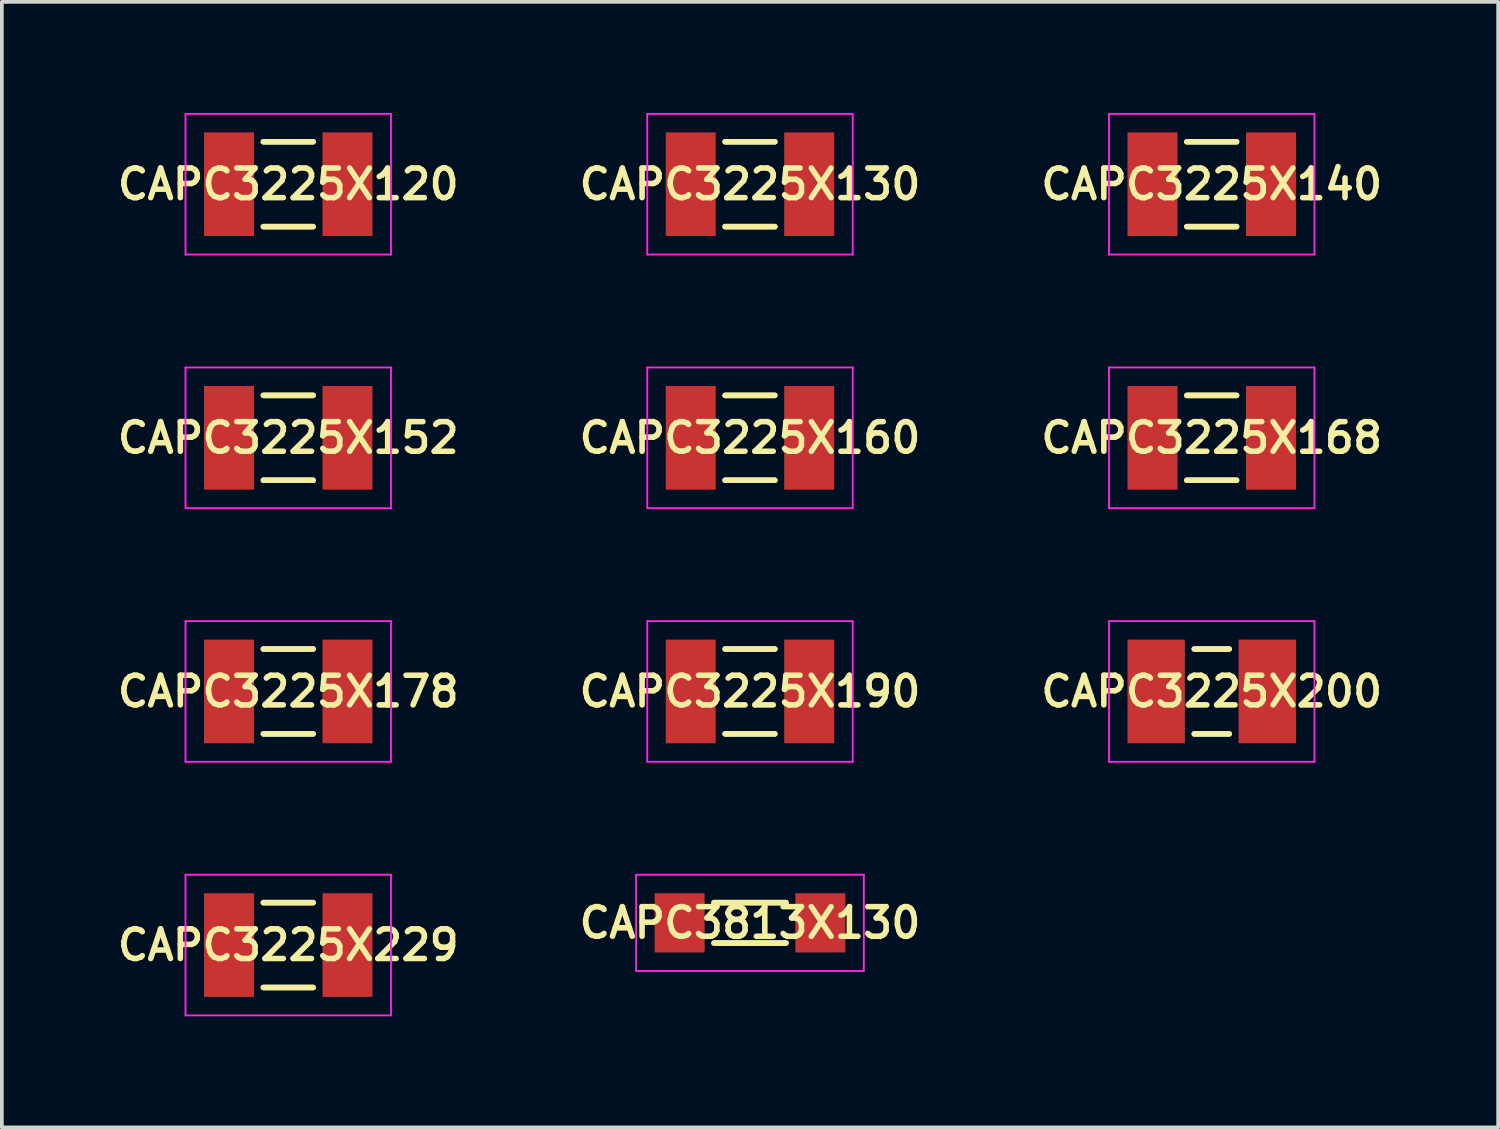
<source format=kicad_pcb>
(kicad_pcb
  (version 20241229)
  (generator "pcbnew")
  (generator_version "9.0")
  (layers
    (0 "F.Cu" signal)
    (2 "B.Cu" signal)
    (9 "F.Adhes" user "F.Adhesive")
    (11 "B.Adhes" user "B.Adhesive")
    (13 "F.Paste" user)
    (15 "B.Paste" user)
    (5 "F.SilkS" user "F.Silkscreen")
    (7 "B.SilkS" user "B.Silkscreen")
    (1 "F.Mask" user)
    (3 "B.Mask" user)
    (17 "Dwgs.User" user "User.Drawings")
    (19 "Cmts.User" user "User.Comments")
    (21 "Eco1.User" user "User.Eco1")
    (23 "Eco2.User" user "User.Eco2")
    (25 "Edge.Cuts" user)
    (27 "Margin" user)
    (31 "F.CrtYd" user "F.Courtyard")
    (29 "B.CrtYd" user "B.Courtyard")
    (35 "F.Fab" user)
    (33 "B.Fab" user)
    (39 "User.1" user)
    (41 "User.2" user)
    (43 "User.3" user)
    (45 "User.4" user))
  (footprint "CAPC3225X152"
    (layer "F.Cu")
    (at 4.735 8.775)
    (property "Reference" "CAPC3225X152" (at 0 0 0) (layer "F.SilkS") (effects (font (size 0.8 0.8) (thickness 0.15))))
    (attr smd)
    (fp_line (start -0.671 -1.146) (end 0.671 -1.146) (stroke (width 0.15) (type solid)) (layer "F.SilkS"))
    (fp_line (start -0.671 1.146) (end 0.671 1.146) (stroke (width 0.15) (type solid)) (layer "F.SilkS"))
    (fp_line (start 0.671 -1.146) (end -0.671 -1.146) (stroke (width 0.15) (type solid)) (layer "F.SilkS"))
    (fp_line (start 0.671 1.146) (end -0.671 1.146) (stroke (width 0.15) (type solid)) (layer "F.SilkS"))
    (fp_line (start -2.775 -1.9) (end 2.775 -1.9) (stroke (width 0.05) (type solid)) (layer "F.CrtYd"))
    (fp_line (start -2.775 1.9) (end -2.775 -1.9) (stroke (width 0.05) (type solid)) (layer "F.CrtYd"))
    (fp_line (start 2.775 -1.9) (end 2.775 1.9) (stroke (width 0.05) (type solid)) (layer "F.CrtYd"))
    (fp_line (start 2.775 1.9) (end -2.775 1.9) (stroke (width 0.05) (type solid)) (layer "F.CrtYd"))
    (pad "1" smd rect (at -1.6 0) (size 1.35 2.8) (layers "F.Cu" "F.Mask" "F.Paste"))
    (pad "2" smd rect (at 1.6 0) (size 1.35 2.8) (layers "F.Cu" "F.Mask" "F.Paste")))
  (footprint "CAPC3225X200"
    (layer "F.Cu")
    (at 29.677 15.625)
    (property "Reference" "CAPC3225X200" (at 0 0 0) (layer "F.SilkS") (effects (font (size 0.8 0.8) (thickness 0.15))))
    (attr smd)
    (fp_line (start -0.471 -1.146) (end 0.471 -1.146) (stroke (width 0.15) (type solid)) (layer "F.SilkS"))
    (fp_line (start -0.471 1.146) (end 0.471 1.146) (stroke (width 0.15) (type solid)) (layer "F.SilkS"))
    (fp_line (start 0.471 -1.146) (end -0.471 -1.146) (stroke (width 0.15) (type solid)) (layer "F.SilkS"))
    (fp_line (start 0.471 1.146) (end -0.471 1.146) (stroke (width 0.15) (type solid)) (layer "F.SilkS"))
    (fp_line (start -2.775 -1.9) (end 2.775 -1.9) (stroke (width 0.05) (type solid)) (layer "F.CrtYd"))
    (fp_line (start -2.775 1.9) (end -2.775 -1.9) (stroke (width 0.05) (type solid)) (layer "F.CrtYd"))
    (fp_line (start 2.775 -1.9) (end 2.775 1.9) (stroke (width 0.05) (type solid)) (layer "F.CrtYd"))
    (fp_line (start 2.775 1.9) (end -2.775 1.9) (stroke (width 0.05) (type solid)) (layer "F.CrtYd"))
    (pad "1" smd rect (at -1.5 0) (size 1.55 2.8) (layers "F.Cu" "F.Mask" "F.Paste"))
    (pad "2" smd rect (at 1.5 0) (size 1.55 2.8) (layers "F.Cu" "F.Mask" "F.Paste")))
  (footprint "CAPC3225X130"
    (layer "F.Cu")
    (at 17.206 1.925)
    (property "Reference" "CAPC3225X130" (at 0 0 0) (layer "F.SilkS") (effects (font (size 0.8 0.8) (thickness 0.15))))
    (attr smd)
    (fp_line (start -0.671 -1.146) (end 0.671 -1.146) (stroke (width 0.15) (type solid)) (layer "F.SilkS"))
    (fp_line (start -0.671 1.146) (end 0.671 1.146) (stroke (width 0.15) (type solid)) (layer "F.SilkS"))
    (fp_line (start 0.671 -1.146) (end -0.671 -1.146) (stroke (width 0.15) (type solid)) (layer "F.SilkS"))
    (fp_line (start 0.671 1.146) (end -0.671 1.146) (stroke (width 0.15) (type solid)) (layer "F.SilkS"))
    (fp_line (start -2.775 -1.9) (end 2.775 -1.9) (stroke (width 0.05) (type solid)) (layer "F.CrtYd"))
    (fp_line (start -2.775 1.9) (end -2.775 -1.9) (stroke (width 0.05) (type solid)) (layer "F.CrtYd"))
    (fp_line (start 2.775 -1.9) (end 2.775 1.9) (stroke (width 0.05) (type solid)) (layer "F.CrtYd"))
    (fp_line (start 2.775 1.9) (end -2.775 1.9) (stroke (width 0.05) (type solid)) (layer "F.CrtYd"))
    (pad "1" smd rect (at -1.6 0) (size 1.35 2.8) (layers "F.Cu" "F.Mask" "F.Paste"))
    (pad "2" smd rect (at 1.6 0) (size 1.35 2.8) (layers "F.Cu" "F.Mask" "F.Paste")))
  (footprint "CAPC3225X140"
    (layer "F.Cu")
    (at 29.677 1.925)
    (property "Reference" "CAPC3225X140" (at 0 0 0) (layer "F.SilkS") (effects (font (size 0.8 0.8) (thickness 0.15))))
    (attr smd)
    (fp_line (start -0.671 -1.146) (end 0.671 -1.146) (stroke (width 0.15) (type solid)) (layer "F.SilkS"))
    (fp_line (start -0.671 1.146) (end 0.671 1.146) (stroke (width 0.15) (type solid)) (layer "F.SilkS"))
    (fp_line (start 0.671 -1.146) (end -0.671 -1.146) (stroke (width 0.15) (type solid)) (layer "F.SilkS"))
    (fp_line (start 0.671 1.146) (end -0.671 1.146) (stroke (width 0.15) (type solid)) (layer "F.SilkS"))
    (fp_line (start -2.775 -1.9) (end 2.775 -1.9) (stroke (width 0.05) (type solid)) (layer "F.CrtYd"))
    (fp_line (start -2.775 1.9) (end -2.775 -1.9) (stroke (width 0.05) (type solid)) (layer "F.CrtYd"))
    (fp_line (start 2.775 -1.9) (end 2.775 1.9) (stroke (width 0.05) (type solid)) (layer "F.CrtYd"))
    (fp_line (start 2.775 1.9) (end -2.775 1.9) (stroke (width 0.05) (type solid)) (layer "F.CrtYd"))
    (pad "1" smd rect (at -1.6 0) (size 1.35 2.8) (layers "F.Cu" "F.Mask" "F.Paste"))
    (pad "2" smd rect (at 1.6 0) (size 1.35 2.8) (layers "F.Cu" "F.Mask" "F.Paste")))
  (footprint "CAPC3225X190"
    (layer "F.Cu")
    (at 17.206 15.625)
    (property "Reference" "CAPC3225X190" (at 0 0 0) (layer "F.SilkS") (effects (font (size 0.8 0.8) (thickness 0.15))))
    (attr smd)
    (fp_line (start -0.671 -1.146) (end 0.671 -1.146) (stroke (width 0.15) (type solid)) (layer "F.SilkS"))
    (fp_line (start -0.671 1.146) (end 0.671 1.146) (stroke (width 0.15) (type solid)) (layer "F.SilkS"))
    (fp_line (start 0.671 -1.146) (end -0.671 -1.146) (stroke (width 0.15) (type solid)) (layer "F.SilkS"))
    (fp_line (start 0.671 1.146) (end -0.671 1.146) (stroke (width 0.15) (type solid)) (layer "F.SilkS"))
    (fp_line (start -2.775 -1.9) (end 2.775 -1.9) (stroke (width 0.05) (type solid)) (layer "F.CrtYd"))
    (fp_line (start -2.775 1.9) (end -2.775 -1.9) (stroke (width 0.05) (type solid)) (layer "F.CrtYd"))
    (fp_line (start 2.775 -1.9) (end 2.775 1.9) (stroke (width 0.05) (type solid)) (layer "F.CrtYd"))
    (fp_line (start 2.775 1.9) (end -2.775 1.9) (stroke (width 0.05) (type solid)) (layer "F.CrtYd"))
    (pad "1" smd rect (at -1.6 0) (size 1.35 2.8) (layers "F.Cu" "F.Mask" "F.Paste"))
    (pad "2" smd rect (at 1.6 0) (size 1.35 2.8) (layers "F.Cu" "F.Mask" "F.Paste")))
  (footprint "CAPC3225X160"
    (layer "F.Cu")
    (at 17.206 8.775)
    (property "Reference" "CAPC3225X160" (at 0 0 0) (layer "F.SilkS") (effects (font (size 0.8 0.8) (thickness 0.15))))
    (attr smd)
    (fp_line (start -0.671 -1.146) (end 0.671 -1.146) (stroke (width 0.15) (type solid)) (layer "F.SilkS"))
    (fp_line (start -0.671 1.146) (end 0.671 1.146) (stroke (width 0.15) (type solid)) (layer "F.SilkS"))
    (fp_line (start 0.671 -1.146) (end -0.671 -1.146) (stroke (width 0.15) (type solid)) (layer "F.SilkS"))
    (fp_line (start 0.671 1.146) (end -0.671 1.146) (stroke (width 0.15) (type solid)) (layer "F.SilkS"))
    (fp_line (start -2.775 -1.9) (end 2.775 -1.9) (stroke (width 0.05) (type solid)) (layer "F.CrtYd"))
    (fp_line (start -2.775 1.9) (end -2.775 -1.9) (stroke (width 0.05) (type solid)) (layer "F.CrtYd"))
    (fp_line (start 2.775 -1.9) (end 2.775 1.9) (stroke (width 0.05) (type solid)) (layer "F.CrtYd"))
    (fp_line (start 2.775 1.9) (end -2.775 1.9) (stroke (width 0.05) (type solid)) (layer "F.CrtYd"))
    (pad "1" smd rect (at -1.6 0) (size 1.35 2.8) (layers "F.Cu" "F.Mask" "F.Paste"))
    (pad "2" smd rect (at 1.6 0) (size 1.35 2.8) (layers "F.Cu" "F.Mask" "F.Paste")))
  (footprint "CAPC3225X229"
    (layer "F.Cu")
    (at 4.735 22.475)
    (property "Reference" "CAPC3225X229" (at 0 0 0) (layer "F.SilkS") (effects (font (size 0.8 0.8) (thickness 0.15))))
    (attr smd)
    (fp_line (start -0.671 -1.146) (end 0.671 -1.146) (stroke (width 0.15) (type solid)) (layer "F.SilkS"))
    (fp_line (start -0.671 1.146) (end 0.671 1.146) (stroke (width 0.15) (type solid)) (layer "F.SilkS"))
    (fp_line (start 0.671 -1.146) (end -0.671 -1.146) (stroke (width 0.15) (type solid)) (layer "F.SilkS"))
    (fp_line (start 0.671 1.146) (end -0.671 1.146) (stroke (width 0.15) (type solid)) (layer "F.SilkS"))
    (fp_line (start -2.775 -1.9) (end 2.775 -1.9) (stroke (width 0.05) (type solid)) (layer "F.CrtYd"))
    (fp_line (start -2.775 1.9) (end -2.775 -1.9) (stroke (width 0.05) (type solid)) (layer "F.CrtYd"))
    (fp_line (start 2.775 -1.9) (end 2.775 1.9) (stroke (width 0.05) (type solid)) (layer "F.CrtYd"))
    (fp_line (start 2.775 1.9) (end -2.775 1.9) (stroke (width 0.05) (type solid)) (layer "F.CrtYd"))
    (pad "1" smd rect (at -1.6 0) (size 1.35 2.8) (layers "F.Cu" "F.Mask" "F.Paste"))
    (pad "2" smd rect (at 1.6 0) (size 1.35 2.8) (layers "F.Cu" "F.Mask" "F.Paste")))
  (footprint "CAPC3225X168"
    (layer "F.Cu")
    (at 29.677 8.775)
    (property "Reference" "CAPC3225X168" (at 0 0 0) (layer "F.SilkS") (effects (font (size 0.8 0.8) (thickness 0.15))))
    (attr smd)
    (fp_line (start -0.671 -1.146) (end 0.671 -1.146) (stroke (width 0.15) (type solid)) (layer "F.SilkS"))
    (fp_line (start -0.671 1.146) (end 0.671 1.146) (stroke (width 0.15) (type solid)) (layer "F.SilkS"))
    (fp_line (start 0.671 -1.146) (end -0.671 -1.146) (stroke (width 0.15) (type solid)) (layer "F.SilkS"))
    (fp_line (start 0.671 1.146) (end -0.671 1.146) (stroke (width 0.15) (type solid)) (layer "F.SilkS"))
    (fp_line (start -2.775 -1.9) (end 2.775 -1.9) (stroke (width 0.05) (type solid)) (layer "F.CrtYd"))
    (fp_line (start -2.775 1.9) (end -2.775 -1.9) (stroke (width 0.05) (type solid)) (layer "F.CrtYd"))
    (fp_line (start 2.775 -1.9) (end 2.775 1.9) (stroke (width 0.05) (type solid)) (layer "F.CrtYd"))
    (fp_line (start 2.775 1.9) (end -2.775 1.9) (stroke (width 0.05) (type solid)) (layer "F.CrtYd"))
    (pad "1" smd rect (at -1.6 0) (size 1.35 2.8) (layers "F.Cu" "F.Mask" "F.Paste"))
    (pad "2" smd rect (at 1.6 0) (size 1.35 2.8) (layers "F.Cu" "F.Mask" "F.Paste")))
  (footprint "CAPC3813X130"
    (layer "F.Cu")
    (at 17.206 21.875)
    (property "Reference" "CAPC3813X130" (at 0 0 0) (layer "F.SilkS") (effects (font (size 0.8 0.8) (thickness 0.15))))
    (attr smd)
    (fp_line (start -0.971 -0.546) (end 0.971 -0.546) (stroke (width 0.15) (type solid)) (layer "F.SilkS"))
    (fp_line (start -0.971 0.546) (end 0.971 0.546) (stroke (width 0.15) (type solid)) (layer "F.SilkS"))
    (fp_line (start 0.971 -0.546) (end -0.971 -0.546) (stroke (width 0.15) (type solid)) (layer "F.SilkS"))
    (fp_line (start 0.971 0.546) (end -0.971 0.546) (stroke (width 0.15) (type solid)) (layer "F.SilkS"))
    (fp_line (start -3.075 -1.3) (end 3.075 -1.3) (stroke (width 0.05) (type solid)) (layer "F.CrtYd"))
    (fp_line (start -3.075 1.3) (end -3.075 -1.3) (stroke (width 0.05) (type solid)) (layer "F.CrtYd"))
    (fp_line (start 3.075 -1.3) (end 3.075 1.3) (stroke (width 0.05) (type solid)) (layer "F.CrtYd"))
    (fp_line (start 3.075 1.3) (end -3.075 1.3) (stroke (width 0.05) (type solid)) (layer "F.CrtYd"))
    (pad "1" smd rect (at -1.9 0) (size 1.35 1.6) (layers "F.Cu" "F.Mask" "F.Paste"))
    (pad "2" smd rect (at 1.9 0) (size 1.35 1.6) (layers "F.Cu" "F.Mask" "F.Paste")))
  (footprint "CAPC3225X178"
    (layer "F.Cu")
    (at 4.735 15.625)
    (property "Reference" "CAPC3225X178" (at 0 0 0) (layer "F.SilkS") (effects (font (size 0.8 0.8) (thickness 0.15))))
    (attr smd)
    (fp_line (start -0.671 -1.146) (end 0.671 -1.146) (stroke (width 0.15) (type solid)) (layer "F.SilkS"))
    (fp_line (start -0.671 1.146) (end 0.671 1.146) (stroke (width 0.15) (type solid)) (layer "F.SilkS"))
    (fp_line (start 0.671 -1.146) (end -0.671 -1.146) (stroke (width 0.15) (type solid)) (layer "F.SilkS"))
    (fp_line (start 0.671 1.146) (end -0.671 1.146) (stroke (width 0.15) (type solid)) (layer "F.SilkS"))
    (fp_line (start -2.775 -1.9) (end 2.775 -1.9) (stroke (width 0.05) (type solid)) (layer "F.CrtYd"))
    (fp_line (start -2.775 1.9) (end -2.775 -1.9) (stroke (width 0.05) (type solid)) (layer "F.CrtYd"))
    (fp_line (start 2.775 -1.9) (end 2.775 1.9) (stroke (width 0.05) (type solid)) (layer "F.CrtYd"))
    (fp_line (start 2.775 1.9) (end -2.775 1.9) (stroke (width 0.05) (type solid)) (layer "F.CrtYd"))
    (pad "1" smd rect (at -1.6 0) (size 1.35 2.8) (layers "F.Cu" "F.Mask" "F.Paste"))
    (pad "2" smd rect (at 1.6 0) (size 1.35 2.8) (layers "F.Cu" "F.Mask" "F.Paste")))
  (footprint "CAPC3225X120"
    (layer "F.Cu")
    (at 4.735 1.925)
    (property "Reference" "CAPC3225X120" (at 0 0 0) (layer "F.SilkS") (effects (font (size 0.8 0.8) (thickness 0.15))))
    (attr smd)
    (fp_line (start -0.671 -1.146) (end 0.671 -1.146) (stroke (width 0.15) (type solid)) (layer "F.SilkS"))
    (fp_line (start -0.671 1.146) (end 0.671 1.146) (stroke (width 0.15) (type solid)) (layer "F.SilkS"))
    (fp_line (start 0.671 -1.146) (end -0.671 -1.146) (stroke (width 0.15) (type solid)) (layer "F.SilkS"))
    (fp_line (start 0.671 1.146) (end -0.671 1.146) (stroke (width 0.15) (type solid)) (layer "F.SilkS"))
    (fp_line (start -2.775 -1.9) (end 2.775 -1.9) (stroke (width 0.05) (type solid)) (layer "F.CrtYd"))
    (fp_line (start -2.775 1.9) (end -2.775 -1.9) (stroke (width 0.05) (type solid)) (layer "F.CrtYd"))
    (fp_line (start 2.775 -1.9) (end 2.775 1.9) (stroke (width 0.05) (type solid)) (layer "F.CrtYd"))
    (fp_line (start 2.775 1.9) (end -2.775 1.9) (stroke (width 0.05) (type solid)) (layer "F.CrtYd"))
    (pad "1" smd rect (at -1.6 0) (size 1.35 2.8) (layers "F.Cu" "F.Mask" "F.Paste"))
    (pad "2" smd rect (at 1.6 0) (size 1.35 2.8) (layers "F.Cu" "F.Mask" "F.Paste")))
  (gr_rect
    (start -3 -3)
    (end 37.413 27.4)
    (stroke (width 0.1) (type default))
    (fill no)
    (layer "Edge.Cuts")))
</source>
